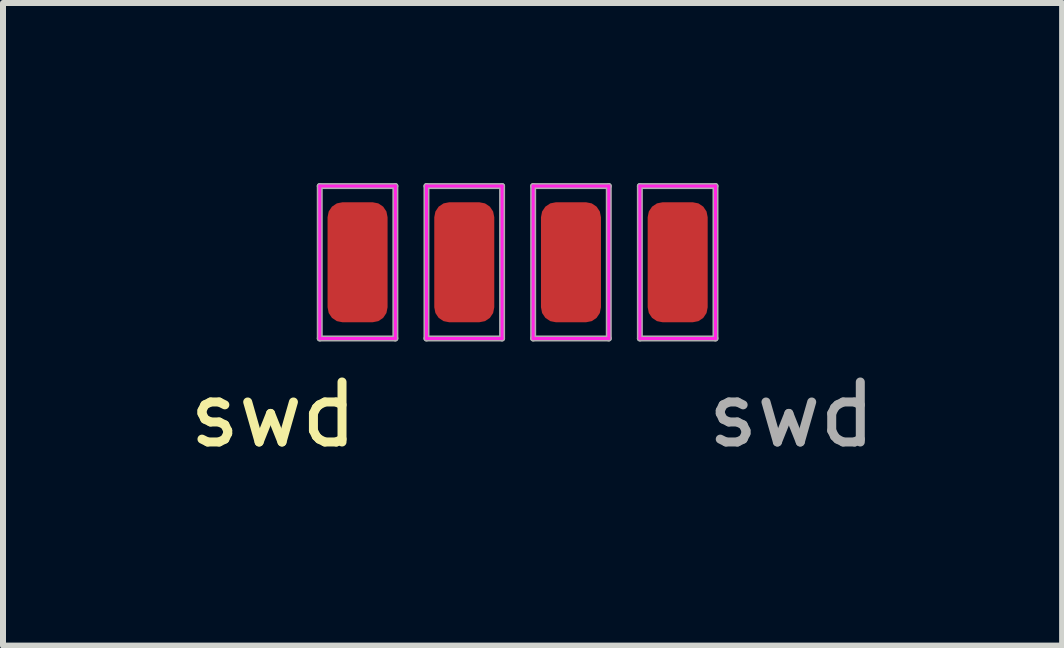
<source format=kicad_pcb>
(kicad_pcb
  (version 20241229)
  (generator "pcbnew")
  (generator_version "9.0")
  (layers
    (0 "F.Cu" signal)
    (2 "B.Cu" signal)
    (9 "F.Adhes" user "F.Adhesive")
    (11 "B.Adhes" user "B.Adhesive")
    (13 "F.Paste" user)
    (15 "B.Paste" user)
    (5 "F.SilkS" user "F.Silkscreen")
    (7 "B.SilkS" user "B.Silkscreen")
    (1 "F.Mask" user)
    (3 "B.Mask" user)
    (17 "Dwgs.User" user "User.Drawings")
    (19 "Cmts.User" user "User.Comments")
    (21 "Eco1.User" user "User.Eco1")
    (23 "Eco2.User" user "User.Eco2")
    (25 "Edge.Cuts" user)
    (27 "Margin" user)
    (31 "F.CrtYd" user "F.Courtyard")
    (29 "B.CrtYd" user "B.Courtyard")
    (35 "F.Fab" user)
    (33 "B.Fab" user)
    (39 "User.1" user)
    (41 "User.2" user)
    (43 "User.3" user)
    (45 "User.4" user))
  (footprint "swd"
    (layer "F.Cu")
    (at 5.57 1.32)
    (property "Reference" "swd" (at -4.064 2.54 0) (unlocked yes) (layer "F.SilkS") (effects (font (size 1 1) (thickness 0.15))))
    (attr smd)
    (fp_line (start -3.292 -1.27) (end -3.292 1.27) (stroke (width 0.05) (type solid)) (layer "F.CrtYd"))
    (fp_line (start -3.292 1.27) (end -2.032 1.27) (stroke (width 0.05) (type solid)) (layer "F.CrtYd"))
    (fp_line (start -2.032 -1.27) (end -3.292 -1.27) (stroke (width 0.05) (type solid)) (layer "F.CrtYd"))
    (fp_line (start -2.032 1.27) (end -2.032 -1.27) (stroke (width 0.05) (type solid)) (layer "F.CrtYd"))
    (fp_line (start -1.514 -1.27) (end -1.514 1.27) (stroke (width 0.05) (type solid)) (layer "F.CrtYd"))
    (fp_line (start -1.514 1.27) (end -0.254 1.27) (stroke (width 0.05) (type solid)) (layer "F.CrtYd"))
    (fp_line (start -0.254 -1.27) (end -1.514 -1.27) (stroke (width 0.05) (type solid)) (layer "F.CrtYd"))
    (fp_line (start -0.254 1.27) (end -0.254 -1.27) (stroke (width 0.05) (type solid)) (layer "F.CrtYd"))
    (fp_line (start 0.264 -1.27) (end 0.264 1.27) (stroke (width 0.05) (type solid)) (layer "F.CrtYd"))
    (fp_line (start 0.264 1.27) (end 1.524 1.27) (stroke (width 0.05) (type solid)) (layer "F.CrtYd"))
    (fp_line (start 1.524 -1.27) (end 0.264 -1.27) (stroke (width 0.05) (type solid)) (layer "F.CrtYd"))
    (fp_line (start 1.524 1.27) (end 1.524 -1.27) (stroke (width 0.05) (type solid)) (layer "F.CrtYd"))
    (fp_line (start 2.042 -1.27) (end 2.042 1.27) (stroke (width 0.05) (type solid)) (layer "F.CrtYd"))
    (fp_line (start 2.042 1.27) (end 3.302 1.27) (stroke (width 0.05) (type solid)) (layer "F.CrtYd"))
    (fp_line (start 3.302 -1.27) (end 2.042 -1.27) (stroke (width 0.05) (type solid)) (layer "F.CrtYd"))
    (fp_line (start 3.302 1.27) (end 3.302 -1.27) (stroke (width 0.05) (type solid)) (layer "F.CrtYd"))
    (fp_line (start -3.292 -1.27) (end -2.032 -1.27) (stroke (width 0.1) (type solid)) (layer "F.Fab"))
    (fp_line (start -3.292 1.27) (end -3.292 -1.27) (stroke (width 0.1) (type solid)) (layer "F.Fab"))
    (fp_line (start -2.032 -1.27) (end -2.032 1.27) (stroke (width 0.1) (type solid)) (layer "F.Fab"))
    (fp_line (start -2.032 1.27) (end -3.292 1.27) (stroke (width 0.1) (type solid)) (layer "F.Fab"))
    (fp_line (start -1.514 -1.27) (end -0.254 -1.27) (stroke (width 0.1) (type solid)) (layer "F.Fab"))
    (fp_line (start -1.514 1.27) (end -1.514 -1.27) (stroke (width 0.1) (type solid)) (layer "F.Fab"))
    (fp_line (start -0.254 -1.27) (end -0.254 1.27) (stroke (width 0.1) (type solid)) (layer "F.Fab"))
    (fp_line (start -0.254 1.27) (end -1.514 1.27) (stroke (width 0.1) (type solid)) (layer "F.Fab"))
    (fp_line (start 0.264 -1.27) (end 1.524 -1.27) (stroke (width 0.1) (type solid)) (layer "F.Fab"))
    (fp_line (start 0.264 1.27) (end 0.264 -1.27) (stroke (width 0.1) (type solid)) (layer "F.Fab"))
    (fp_line (start 1.524 -1.27) (end 1.524 1.27) (stroke (width 0.1) (type solid)) (layer "F.Fab"))
    (fp_line (start 1.524 1.27) (end 0.264 1.27) (stroke (width 0.1) (type solid)) (layer "F.Fab"))
    (fp_line (start 2.042 -1.27) (end 3.302 -1.27) (stroke (width 0.1) (type solid)) (layer "F.Fab"))
    (fp_line (start 2.042 1.27) (end 2.042 -1.27) (stroke (width 0.1) (type solid)) (layer "F.Fab"))
    (fp_line (start 3.302 -1.27) (end 3.302 1.27) (stroke (width 0.1) (type solid)) (layer "F.Fab"))
    (fp_line (start 3.302 1.27) (end 2.042 1.27) (stroke (width 0.1) (type solid)) (layer "F.Fab"))
    (fp_text user "${REFERENCE}" (at 4.572 2.54 0) (unlocked yes) (layer "F.Fab") (effects (font (size 1 1) (thickness 0.15))))
    (pad "1" smd roundrect (at 0.894 0) (size 1 2) (layers "F.Cu" "F.Mask" "F.Paste") (roundrect_rratio 0.25))
    (pad "2" smd roundrect (at 2.672 0) (size 1 2) (layers "F.Cu" "F.Mask" "F.Paste") (roundrect_rratio 0.25))
    (pad "3" smd roundrect (at -0.884 0) (size 1 2) (layers "F.Cu" "F.Mask" "F.Paste") (roundrect_rratio 0.25))
    (pad "4" smd roundrect (at -2.662 0) (size 1 2) (layers "F.Cu" "F.Mask" "F.Paste") (roundrect_rratio 0.25)))
  (gr_rect
    (start -3 -3)
    (end 14.648 7.708)
    (stroke (width 0.1) (type default))
    (fill no)
    (layer "Edge.Cuts")))
</source>
